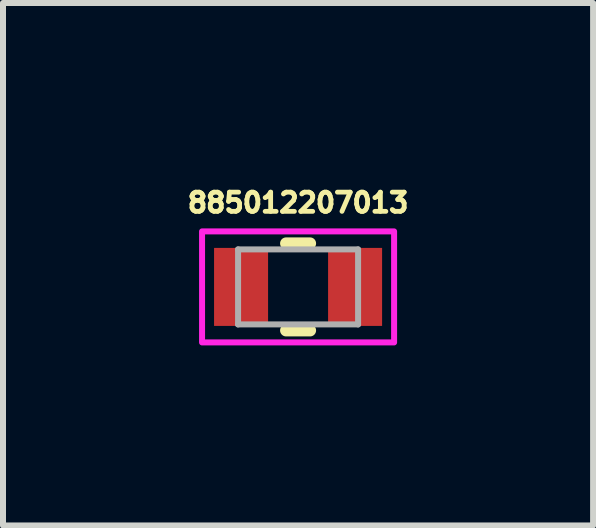
<source format=kicad_pcb>
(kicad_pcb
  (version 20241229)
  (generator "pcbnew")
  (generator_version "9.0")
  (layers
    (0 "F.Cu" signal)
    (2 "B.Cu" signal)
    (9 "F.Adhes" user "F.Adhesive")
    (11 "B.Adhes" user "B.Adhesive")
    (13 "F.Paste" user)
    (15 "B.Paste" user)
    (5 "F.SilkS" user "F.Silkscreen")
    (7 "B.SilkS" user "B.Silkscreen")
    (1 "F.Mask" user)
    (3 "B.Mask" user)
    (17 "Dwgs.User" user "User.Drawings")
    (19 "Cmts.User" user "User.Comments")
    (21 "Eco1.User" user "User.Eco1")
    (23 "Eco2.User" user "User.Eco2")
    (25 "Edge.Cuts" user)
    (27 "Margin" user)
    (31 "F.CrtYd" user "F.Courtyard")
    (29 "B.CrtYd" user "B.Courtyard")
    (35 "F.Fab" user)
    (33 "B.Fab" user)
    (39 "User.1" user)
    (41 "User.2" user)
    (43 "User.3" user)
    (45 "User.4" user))
  (footprint "885012207013"
    (layer "F.Cu")
    (at 1.917 1.731)
    (property "Reference" "885012207013" (at 0 -1.403 0) (layer "F.SilkS") (effects (font (size 0.32 0.32) (thickness 0.15))))
    (attr smd)
    (fp_line (start -0.2 -0.725) (end 0.2 -0.725) (stroke (width 0.2) (type solid)) (layer "F.SilkS"))
    (fp_line (start -0.2 0.725) (end 0.2 0.725) (stroke (width 0.2) (type solid)) (layer "F.SilkS"))
    (fp_poly (pts (xy -1.6 -0.925) (xy 1.6 -0.925) (xy 1.6 0.925) (xy -1.6 0.925)) (stroke (width 0.1) (type solid)) (fill no) (layer "F.CrtYd"))
    (fp_line (start -1 -0.625) (end -1 0.625) (stroke (width 0.1) (type solid)) (layer "F.Fab"))
    (fp_line (start -1 -0.625) (end 1 -0.625) (stroke (width 0.1) (type solid)) (layer "F.Fab"))
    (fp_line (start -1 0.625) (end 1 0.625) (stroke (width 0.1) (type solid)) (layer "F.Fab"))
    (fp_line (start 1 0.625) (end 1 -0.625) (stroke (width 0.1) (type solid)) (layer "F.Fab"))
    (pad "1" smd rect (at -0.95 0) (size 0.9 1.3) (layers "F.Cu" "F.Mask" "F.Paste"))
    (pad "2" smd rect (at 0.95 0) (size 0.9 1.3) (layers "F.Cu" "F.Mask" "F.Paste")))
  (gr_rect
    (start -3 -3)
    (end 6.833 5.706)
    (stroke (width 0.1) (type default))
    (fill no)
    (layer "Edge.Cuts")))
</source>
